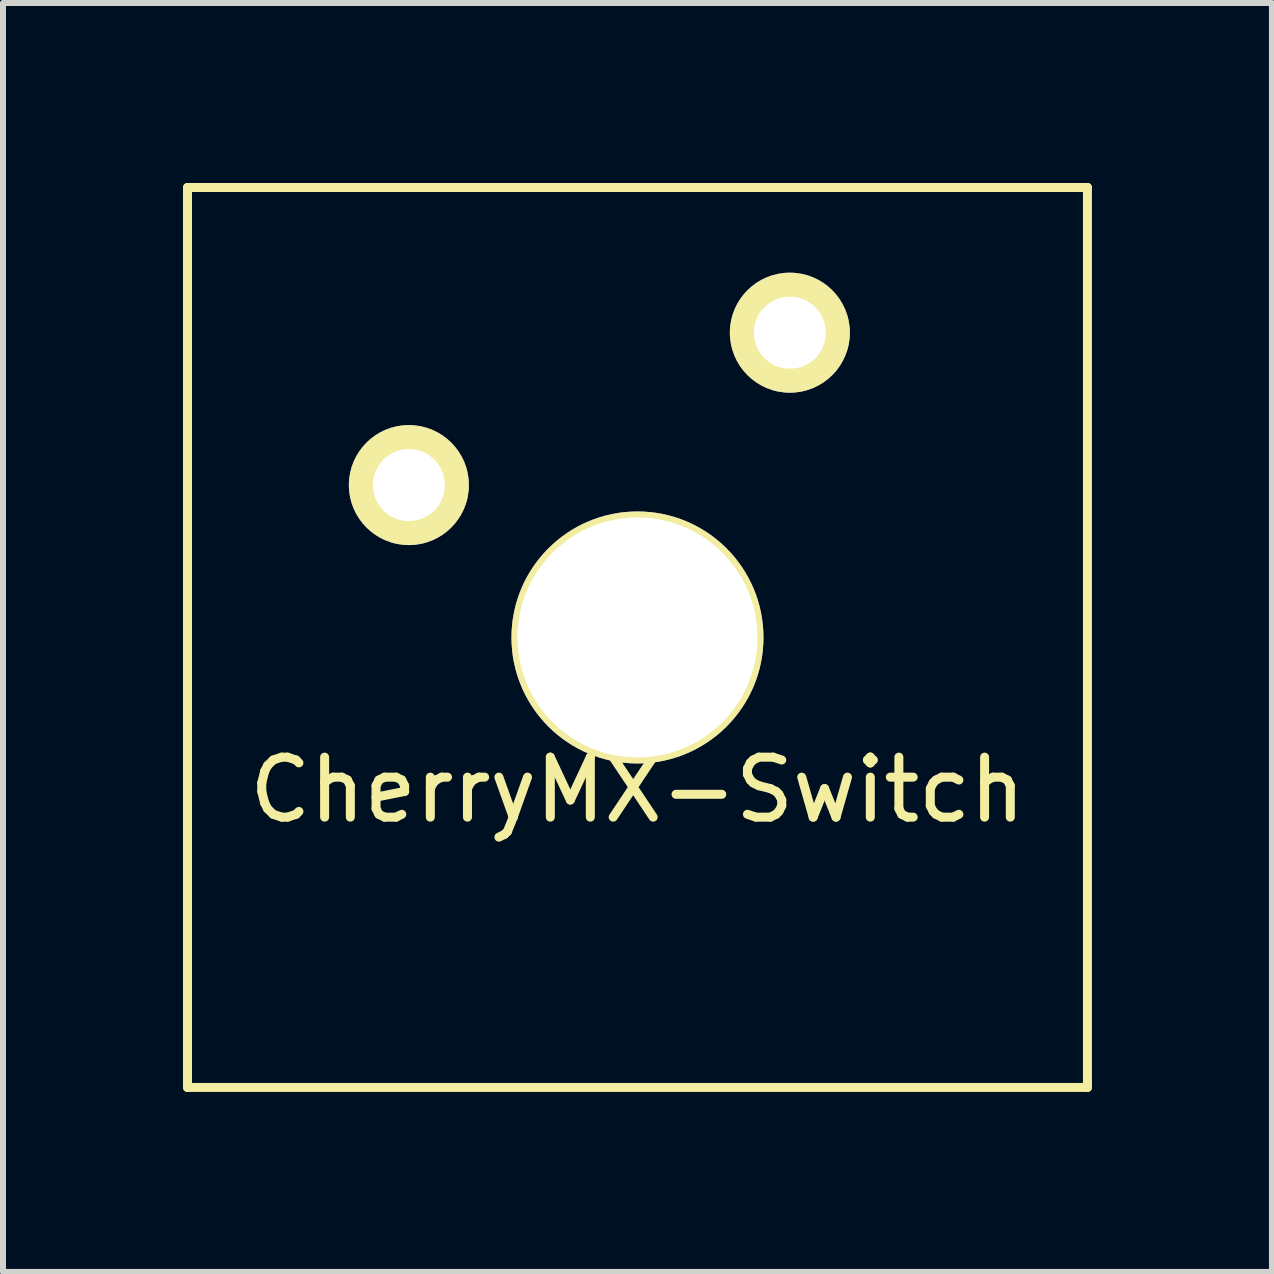
<source format=kicad_pcb>
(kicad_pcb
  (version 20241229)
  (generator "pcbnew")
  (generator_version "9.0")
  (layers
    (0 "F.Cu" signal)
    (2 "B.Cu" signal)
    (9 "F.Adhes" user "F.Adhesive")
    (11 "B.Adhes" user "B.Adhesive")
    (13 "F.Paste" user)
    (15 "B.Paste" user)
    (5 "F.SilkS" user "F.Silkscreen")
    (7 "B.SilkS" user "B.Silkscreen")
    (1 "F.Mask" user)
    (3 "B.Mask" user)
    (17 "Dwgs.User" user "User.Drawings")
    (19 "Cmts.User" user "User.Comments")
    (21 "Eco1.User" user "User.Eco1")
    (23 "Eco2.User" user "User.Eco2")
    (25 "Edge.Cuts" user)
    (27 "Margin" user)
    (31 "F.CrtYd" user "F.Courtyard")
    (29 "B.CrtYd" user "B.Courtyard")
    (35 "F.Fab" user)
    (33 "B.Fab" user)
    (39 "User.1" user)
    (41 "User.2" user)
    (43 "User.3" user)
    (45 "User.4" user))
  (footprint "CherryMX-Switch"
    (layer "F.Cu")
    (at 7.575 7.575)
    (property "Reference" "CherryMX-Switch" (at 0 2.54 0) (layer "F.SilkS") (effects (font (size 1 1) (thickness 0.15))))
    (attr through_hole)
    (fp_line (start -7.5 -7.5) (end 7.5 -7.5) (stroke (width 0.15) (type solid)) (layer "F.SilkS"))
    (fp_line (start -7.5 7.5) (end -7.5 -7.5) (stroke (width 0.15) (type solid)) (layer "F.SilkS"))
    (fp_line (start 7.5 -7.5) (end 7.5 7.5) (stroke (width 0.15) (type solid)) (layer "F.SilkS"))
    (fp_line (start 7.5 7.5) (end -7.5 7.5) (stroke (width 0.15) (type solid)) (layer "F.SilkS"))
    (pad "1" thru_hole circle (at -3.81 -2.54) (size 2 2) (drill 1.2) (layers "*.Cu" "*.Mask" "F.SilkS"))
    (pad "2" thru_hole circle (at 2.54 -5.08) (size 2 2) (drill 1.2) (layers "*.Cu" "*.Mask" "F.SilkS"))
    (pad "3" thru_hole circle (at 0 0) (size 4.2 4.2) (drill 4) (layers "*.Cu" "*.Mask" "F.SilkS")))
  (gr_rect
    (start -3 -3)
    (end 18.15 18.15)
    (stroke (width 0.1) (type default))
    (fill no)
    (layer "Edge.Cuts")))
</source>
